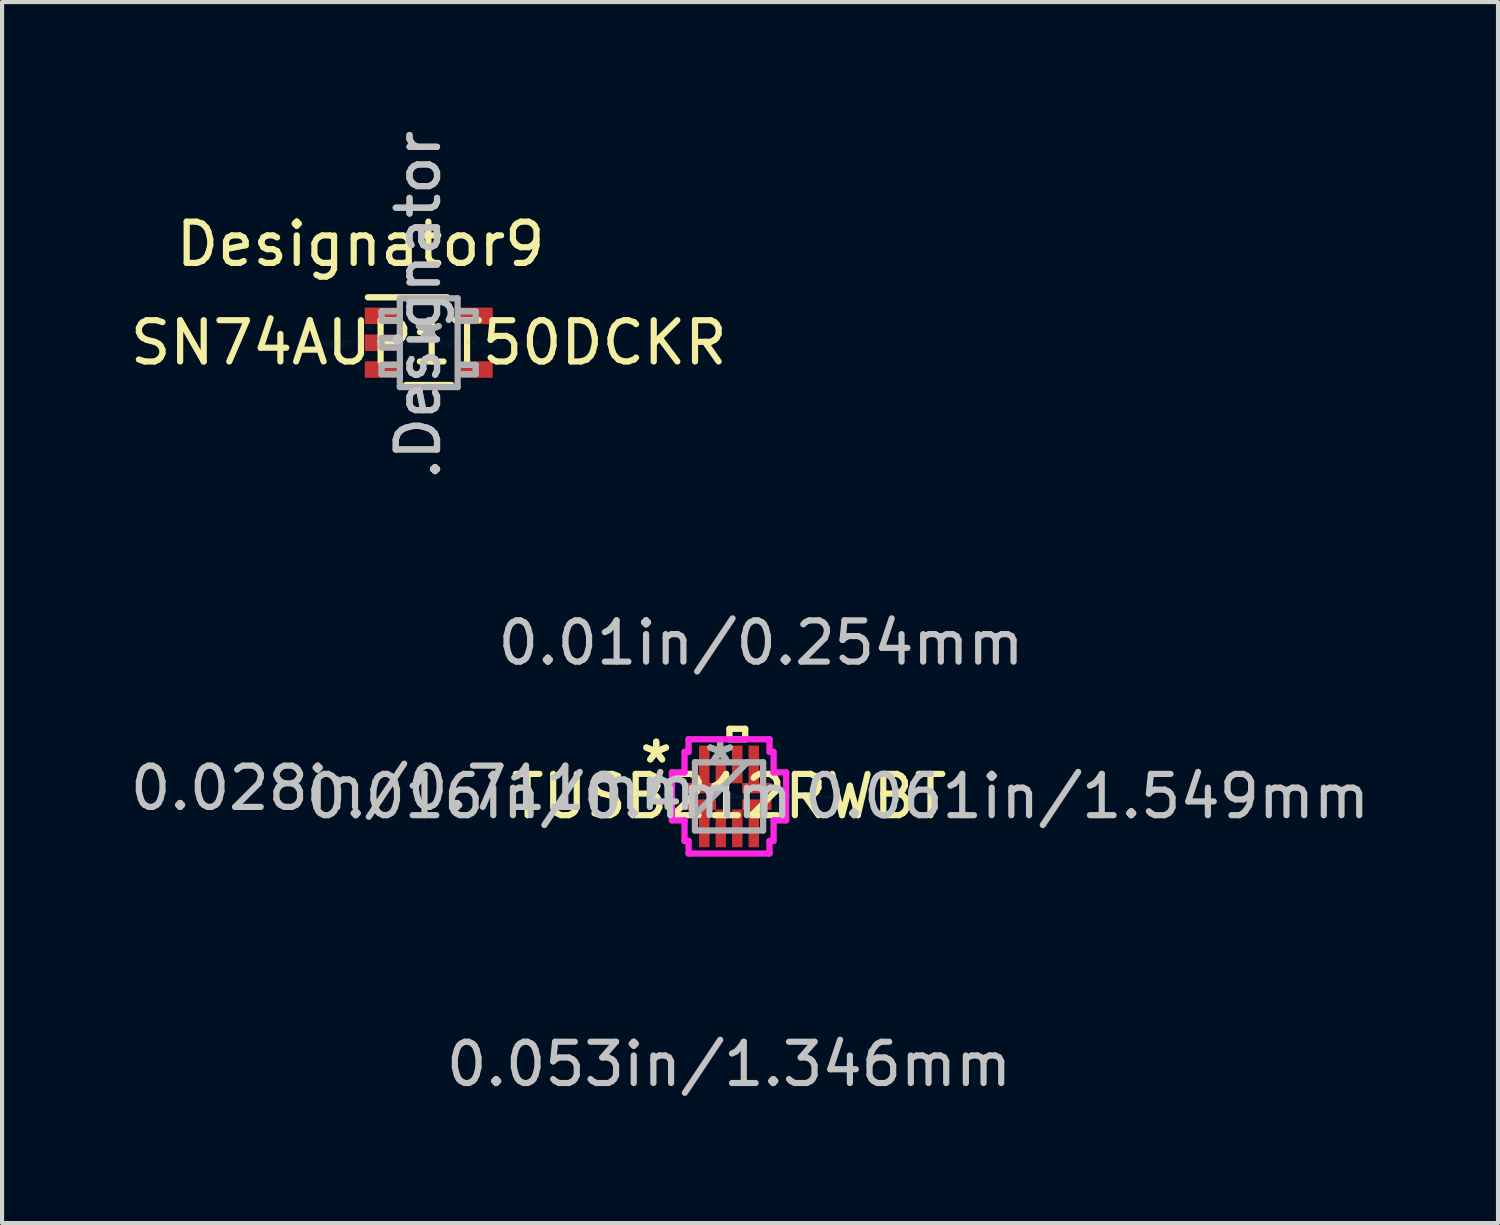
<source format=kicad_pcb>
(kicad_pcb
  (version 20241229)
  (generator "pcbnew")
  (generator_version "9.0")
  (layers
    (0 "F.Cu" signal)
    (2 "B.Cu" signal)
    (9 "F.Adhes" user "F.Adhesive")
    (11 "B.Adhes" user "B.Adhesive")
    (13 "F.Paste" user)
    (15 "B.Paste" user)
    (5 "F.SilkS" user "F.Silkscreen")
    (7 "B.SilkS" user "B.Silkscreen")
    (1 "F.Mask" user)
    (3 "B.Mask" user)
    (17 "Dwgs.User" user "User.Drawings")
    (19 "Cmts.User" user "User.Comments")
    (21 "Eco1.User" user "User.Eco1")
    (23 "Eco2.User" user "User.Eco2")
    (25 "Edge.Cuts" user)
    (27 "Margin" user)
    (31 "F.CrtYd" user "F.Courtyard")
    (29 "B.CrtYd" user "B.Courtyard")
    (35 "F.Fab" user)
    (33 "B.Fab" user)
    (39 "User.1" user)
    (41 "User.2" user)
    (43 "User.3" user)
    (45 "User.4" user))
  (footprint "TUSB212RWBT"
    (layer "F.Cu")
    (at 14.616 16.248)
    (property "Reference" "TUSB212RWBT" (at 0 0 0) (layer "F.SilkS") (effects (font (size 1 1) (thickness 0.15))))
    (attr through_hole)
    (fp_line (start 0.009 -1.638) (end 0.391 -1.638) (stroke (width 0.152) (type solid)) (layer "F.SilkS"))
    (fp_line (start 0.009 -1.384) (end 0.009 -1.638) (stroke (width 0.152) (type solid)) (layer "F.SilkS"))
    (fp_line (start 0.391 -1.638) (end 0.391 -1.384) (stroke (width 0.152) (type solid)) (layer "F.SilkS"))
    (fp_line (start 0.391 -1.384) (end 0.009 -1.384) (stroke (width 0.152) (type solid)) (layer "F.SilkS"))
    (fp_line (start -1.384 -0.581) (end -1.079 -0.581) (stroke (width 0.152) (type solid)) (layer "F.CrtYd"))
    (fp_line (start -1.384 0.581) (end -1.384 -0.581) (stroke (width 0.152) (type solid)) (layer "F.CrtYd"))
    (fp_line (start -1.079 -1.079) (end -0.981 -1.079) (stroke (width 0.152) (type solid)) (layer "F.CrtYd"))
    (fp_line (start -1.079 -0.581) (end -1.079 -1.079) (stroke (width 0.152) (type solid)) (layer "F.CrtYd"))
    (fp_line (start -1.079 0.581) (end -1.384 0.581) (stroke (width 0.152) (type solid)) (layer "F.CrtYd"))
    (fp_line (start -1.079 1.079) (end -1.079 0.581) (stroke (width 0.152) (type solid)) (layer "F.CrtYd"))
    (fp_line (start -0.981 -1.384) (end 0.981 -1.384) (stroke (width 0.152) (type solid)) (layer "F.CrtYd"))
    (fp_line (start -0.981 -1.079) (end -0.981 -1.384) (stroke (width 0.152) (type solid)) (layer "F.CrtYd"))
    (fp_line (start -0.981 1.079) (end -1.079 1.079) (stroke (width 0.152) (type solid)) (layer "F.CrtYd"))
    (fp_line (start -0.981 1.384) (end -0.981 1.079) (stroke (width 0.152) (type solid)) (layer "F.CrtYd"))
    (fp_line (start 0.981 -1.384) (end 0.981 -1.079) (stroke (width 0.152) (type solid)) (layer "F.CrtYd"))
    (fp_line (start 0.981 -1.079) (end 1.079 -1.079) (stroke (width 0.152) (type solid)) (layer "F.CrtYd"))
    (fp_line (start 0.981 1.079) (end 0.981 1.384) (stroke (width 0.152) (type solid)) (layer "F.CrtYd"))
    (fp_line (start 0.981 1.384) (end -0.981 1.384) (stroke (width 0.152) (type solid)) (layer "F.CrtYd"))
    (fp_line (start 1.079 -1.079) (end 1.079 -0.581) (stroke (width 0.152) (type solid)) (layer "F.CrtYd"))
    (fp_line (start 1.079 -0.581) (end 1.384 -0.581) (stroke (width 0.152) (type solid)) (layer "F.CrtYd"))
    (fp_line (start 1.079 0.581) (end 1.079 1.079) (stroke (width 0.152) (type solid)) (layer "F.CrtYd"))
    (fp_line (start 1.079 1.079) (end 0.981 1.079) (stroke (width 0.152) (type solid)) (layer "F.CrtYd"))
    (fp_line (start 1.384 -0.581) (end 1.384 0.581) (stroke (width 0.152) (type solid)) (layer "F.CrtYd"))
    (fp_line (start 1.384 0.581) (end 1.079 0.581) (stroke (width 0.152) (type solid)) (layer "F.CrtYd"))
    (fp_line (start -0.826 -0.826) (end -0.826 0.826) (stroke (width 0.152) (type solid)) (layer "F.Fab"))
    (fp_line (start -0.826 0.445) (end 0.445 -0.826) (stroke (width 0.152) (type solid)) (layer "F.Fab"))
    (fp_line (start -0.826 0.826) (end 0.826 0.826) (stroke (width 0.152) (type solid)) (layer "F.Fab"))
    (fp_line (start 0.826 -0.826) (end -0.826 -0.826) (stroke (width 0.152) (type solid)) (layer "F.Fab"))
    (fp_line (start 0.826 0.826) (end 0.826 -0.826) (stroke (width 0.152) (type solid)) (layer "F.Fab"))
    (fp_text user "*" (at -1.765 -0.781 0) (layer "F.SilkS") (effects (font (size 1 1) (thickness 0.15))))
    (fp_text user "*" (at -1.765 -0.781 0) (layer "F.SilkS") (effects (font (size 1 1) (thickness 0.15))))
    (fp_text user "0.061in/1.549mm" (at 8.674 0 0) (layer "Dwgs.User") (effects (font (size 1 1) (thickness 0.15))))
    (fp_text user "0.053in/1.346mm" (at 0 6.49 0) (layer "Dwgs.User") (effects (font (size 1 1) (thickness 0.15))))
    (fp_text user "0.028in/0.711mm" (at -7.658 -0.2 0) (layer "Dwgs.User") (effects (font (size 1 1) (thickness 0.15))))
    (fp_text user "0.016in/0.4mm" (at -4.356 0 0) (layer "Dwgs.User") (effects (font (size 1 1) (thickness 0.15))))
    (fp_text user "0.01in/0.254mm" (at 0.775 -3.721 0) (layer "Dwgs.User") (effects (font (size 1 1) (thickness 0.15))))
    (fp_text user "Copyright 2016 Accelerated Designs. All rights reserved." (at 0 0 0) (layer "Cmts.User") (effects (font (size 0.127 0.127) (thickness 0.002))))
    (fp_text user "*" (at -0.216 -0.781 0) (layer "F.Fab") (effects (font (size 1 1) (thickness 0.15))))
    (fp_text user "*" (at -0.216 -0.781 0) (layer "F.Fab") (effects (font (size 1 1) (thickness 0.15))))
    (pad "1" smd rect (at -0.673 -0.2 90) (size 0.254 0.711) (layers "F.Cu" "F.Mask" "F.Paste"))
    (pad "2" smd rect (at -0.673 0.2 90) (size 0.254 0.711) (layers "F.Cu" "F.Mask" "F.Paste"))
    (pad "3" smd rect (at -0.6 0.775) (size 0.254 0.914) (layers "F.Cu" "F.Mask" "F.Paste"))
    (pad "4" smd rect (at -0.2 0.775) (size 0.254 0.914) (layers "F.Cu" "F.Mask" "F.Paste"))
    (pad "5" smd rect (at 0.2 0.775) (size 0.254 0.914) (layers "F.Cu" "F.Mask" "F.Paste"))
    (pad "6" smd rect (at 0.6 0.775) (size 0.254 0.914) (layers "F.Cu" "F.Mask" "F.Paste"))
    (pad "7" smd rect (at 0.673 0.2 90) (size 0.254 0.711) (layers "F.Cu" "F.Mask" "F.Paste"))
    (pad "8" smd rect (at 0.673 -0.2 90) (size 0.254 0.711) (layers "F.Cu" "F.Mask" "F.Paste"))
    (pad "9" smd rect (at 0.6 -0.775) (size 0.254 0.914) (layers "F.Cu" "F.Mask" "F.Paste"))
    (pad "10" smd rect (at 0.2 -0.775) (size 0.254 0.914) (layers "F.Cu" "F.Mask" "F.Paste"))
    (pad "11" smd rect (at -0.2 -0.775) (size 0.254 0.914) (layers "F.Cu" "F.Mask" "F.Paste"))
    (pad "12" smd rect (at -0.6 -0.775) (size 0.254 0.914) (layers "F.Cu" "F.Mask" "F.Paste")))
  (footprint "SN74AUP1T50DCKR"
    (layer "F.Cu")
    (at 7.339 5.254)
    (property "Reference" "SN74AUP1T50DCKR" (at 0 0 0) (layer "F.SilkS") (effects (font (size 1 1) (thickness 0.15))))
    (attr through_hole)
    (fp_line (start -1.475 -1.1) (end 0.45 -1.1) (stroke (width 0.152) (type solid)) (layer "F.SilkS"))
    (fp_line (start -0.55 1.025) (end 0.55 1.025) (stroke (width 0.152) (type solid)) (layer "F.SilkS"))
    (fp_line (start -1.143 -0.762) (end -0.959 -0.762) (stroke (width 0.152) (type solid)) (layer "F.Fab"))
    (fp_line (start -1.143 -0.537) (end -1.143 -0.762) (stroke (width 0.152) (type solid)) (layer "F.Fab"))
    (fp_line (start -1.143 -0.537) (end -0.959 -0.537) (stroke (width 0.152) (type solid)) (layer "F.Fab"))
    (fp_line (start -1.143 -0.112) (end -0.959 -0.112) (stroke (width 0.152) (type solid)) (layer "F.Fab"))
    (fp_line (start -1.143 0.113) (end -1.143 -0.112) (stroke (width 0.152) (type solid)) (layer "F.Fab"))
    (fp_line (start -1.143 0.113) (end -0.959 0.113) (stroke (width 0.152) (type solid)) (layer "F.Fab"))
    (fp_line (start -1.143 0.538) (end -0.959 0.538) (stroke (width 0.152) (type solid)) (layer "F.Fab"))
    (fp_line (start -1.143 0.763) (end -1.143 0.538) (stroke (width 0.152) (type solid)) (layer "F.Fab"))
    (fp_line (start -1.143 0.763) (end -0.959 0.763) (stroke (width 0.152) (type solid)) (layer "F.Fab"))
    (fp_line (start -0.959 -0.762) (end -0.711 -0.762) (stroke (width 0.152) (type solid)) (layer "F.Fab"))
    (fp_line (start -0.959 -0.537) (end -0.865 -0.537) (stroke (width 0.152) (type solid)) (layer "F.Fab"))
    (fp_line (start -0.959 -0.112) (end -0.865 -0.112) (stroke (width 0.152) (type solid)) (layer "F.Fab"))
    (fp_line (start -0.959 0.113) (end -0.865 0.113) (stroke (width 0.152) (type solid)) (layer "F.Fab"))
    (fp_line (start -0.959 0.538) (end -0.865 0.538) (stroke (width 0.152) (type solid)) (layer "F.Fab"))
    (fp_line (start -0.959 0.763) (end -0.865 0.763) (stroke (width 0.152) (type solid)) (layer "F.Fab"))
    (fp_line (start -0.865 -0.762) (end -0.853 -0.762) (stroke (width 0.152) (type solid)) (layer "F.Fab"))
    (fp_line (start -0.865 -0.537) (end -0.853 -0.537) (stroke (width 0.152) (type solid)) (layer "F.Fab"))
    (fp_line (start -0.865 -0.112) (end -0.853 -0.112) (stroke (width 0.152) (type solid)) (layer "F.Fab"))
    (fp_line (start -0.865 0.113) (end -0.853 0.113) (stroke (width 0.152) (type solid)) (layer "F.Fab"))
    (fp_line (start -0.865 0.538) (end -0.853 0.538) (stroke (width 0.152) (type solid)) (layer "F.Fab"))
    (fp_line (start -0.865 0.763) (end -0.853 0.763) (stroke (width 0.152) (type solid)) (layer "F.Fab"))
    (fp_line (start -0.853 -0.537) (end -0.711 -0.537) (stroke (width 0.152) (type solid)) (layer "F.Fab"))
    (fp_line (start -0.853 -0.112) (end -0.711 -0.112) (stroke (width 0.152) (type solid)) (layer "F.Fab"))
    (fp_line (start -0.853 0.113) (end -0.711 0.113) (stroke (width 0.152) (type solid)) (layer "F.Fab"))
    (fp_line (start -0.853 0.538) (end -0.711 0.538) (stroke (width 0.152) (type solid)) (layer "F.Fab"))
    (fp_line (start -0.853 0.763) (end -0.711 0.763) (stroke (width 0.152) (type solid)) (layer "F.Fab"))
    (fp_line (start -0.7 -1.075) (end 0.7 -1.075) (stroke (width 0.152) (type solid)) (layer "F.Fab"))
    (fp_line (start -0.7 1.075) (end -0.7 -1.075) (stroke (width 0.152) (type solid)) (layer "F.Fab"))
    (fp_line (start -0.7 1.075) (end 0.7 1.075) (stroke (width 0.152) (type solid)) (layer "F.Fab"))
    (fp_line (start 0.7 1.075) (end 0.7 -1.075) (stroke (width 0.152) (type solid)) (layer "F.Fab"))
    (fp_line (start 0.711 -0.762) (end 0.847 -0.762) (stroke (width 0.152) (type solid)) (layer "F.Fab"))
    (fp_line (start 0.711 -0.537) (end 0.847 -0.537) (stroke (width 0.152) (type solid)) (layer "F.Fab"))
    (fp_line (start 0.711 0.538) (end 0.847 0.538) (stroke (width 0.152) (type solid)) (layer "F.Fab"))
    (fp_line (start 0.711 0.763) (end 0.847 0.763) (stroke (width 0.152) (type solid)) (layer "F.Fab"))
    (fp_line (start 0.847 -0.762) (end 0.859 -0.762) (stroke (width 0.152) (type solid)) (layer "F.Fab"))
    (fp_line (start 0.847 -0.537) (end 0.859 -0.537) (stroke (width 0.152) (type solid)) (layer "F.Fab"))
    (fp_line (start 0.847 0.538) (end 0.859 0.538) (stroke (width 0.152) (type solid)) (layer "F.Fab"))
    (fp_line (start 0.847 0.763) (end 0.859 0.763) (stroke (width 0.152) (type solid)) (layer "F.Fab"))
    (fp_line (start 0.859 -0.762) (end 0.953 -0.762) (stroke (width 0.152) (type solid)) (layer "F.Fab"))
    (fp_line (start 0.859 -0.537) (end 0.953 -0.537) (stroke (width 0.152) (type solid)) (layer "F.Fab"))
    (fp_line (start 0.859 0.538) (end 0.953 0.538) (stroke (width 0.152) (type solid)) (layer "F.Fab"))
    (fp_line (start 0.859 0.763) (end 0.953 0.763) (stroke (width 0.152) (type solid)) (layer "F.Fab"))
    (fp_line (start 0.953 -0.762) (end 1.137 -0.762) (stroke (width 0.152) (type solid)) (layer "F.Fab"))
    (fp_line (start 0.953 -0.537) (end 1.137 -0.537) (stroke (width 0.152) (type solid)) (layer "F.Fab"))
    (fp_line (start 0.953 0.538) (end 1.137 0.538) (stroke (width 0.152) (type solid)) (layer "F.Fab"))
    (fp_line (start 0.953 0.763) (end 1.137 0.763) (stroke (width 0.152) (type solid)) (layer "F.Fab"))
    (fp_line (start 1.137 -0.537) (end 1.137 -0.762) (stroke (width 0.152) (type solid)) (layer "F.Fab"))
    (fp_line (start 1.137 0.763) (end 1.137 0.538) (stroke (width 0.152) (type solid)) (layer "F.Fab"))
    (fp_text user "*" (at 0 0 0) (layer "F.SilkS") (effects (font (size 1 1) (thickness 0.15))))
    (fp_text user "Designator9" (at -1.651 -2.388 0) (layer "F.SilkS") (effects (font (size 1 1) (thickness 0.15))))
    (fp_text user ".Designator" (at -0.254 -0.914 270) (layer "Dwgs.User") (effects (font (size 1 1) (thickness 0.15))))
    (fp_text user "Copyright 2016 Accelerated Designs. All rights reserved." (at 0 0 0) (layer "Cmts.User") (effects (font (size 0.127 0.127) (thickness 0.002))))
    (fp_text user "*" (at 0 0 0) (layer "F.Fab") (effects (font (size 1 1) (thickness 0.15))))
    (fp_text user ".Designator" (at -0.254 -0.914 270) (layer "F.Fab") (effects (font (size 1 1) (thickness 0.15))))
    (pad "1" smd rect (at -1.125 -0.65 90) (size 0.4 0.85) (layers "F.Cu" "F.Mask" "F.Paste"))
    (pad "2" smd rect (at -1.125 0 90) (size 0.4 0.85) (layers "F.Cu" "F.Mask" "F.Paste"))
    (pad "3" smd rect (at -1.125 0.65 90) (size 0.4 0.85) (layers "F.Cu" "F.Mask" "F.Paste"))
    (pad "4" smd rect (at 1.125 0.65 90) (size 0.4 0.85) (layers "F.Cu" "F.Mask" "F.Paste"))
    (pad "5" smd rect (at 1.125 -0.65 90) (size 0.4 0.85) (layers "F.Cu" "F.Mask" "F.Paste")))
  (gr_rect
    (start -3 -3)
    (end 33.249 26.586)
    (stroke (width 0.1) (type default))
    (fill no)
    (layer "Edge.Cuts")))
</source>
